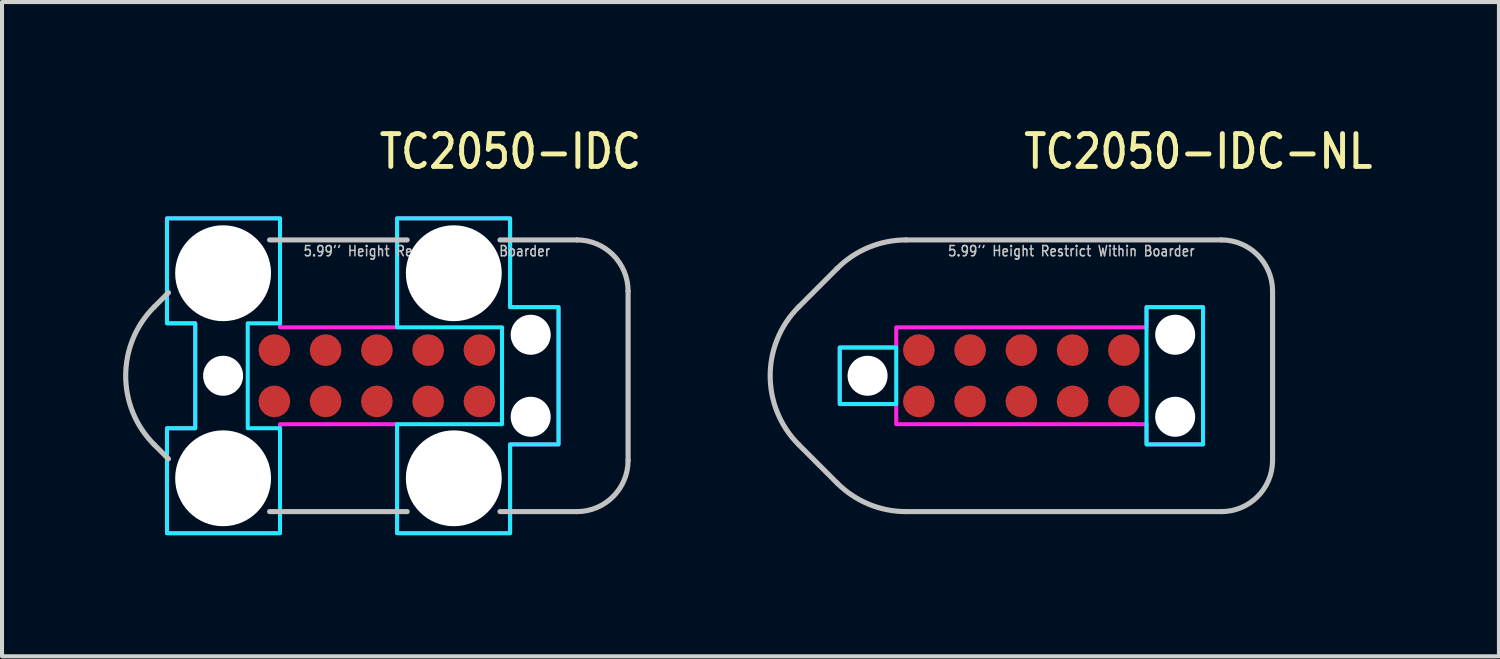
<source format=kicad_pcb>
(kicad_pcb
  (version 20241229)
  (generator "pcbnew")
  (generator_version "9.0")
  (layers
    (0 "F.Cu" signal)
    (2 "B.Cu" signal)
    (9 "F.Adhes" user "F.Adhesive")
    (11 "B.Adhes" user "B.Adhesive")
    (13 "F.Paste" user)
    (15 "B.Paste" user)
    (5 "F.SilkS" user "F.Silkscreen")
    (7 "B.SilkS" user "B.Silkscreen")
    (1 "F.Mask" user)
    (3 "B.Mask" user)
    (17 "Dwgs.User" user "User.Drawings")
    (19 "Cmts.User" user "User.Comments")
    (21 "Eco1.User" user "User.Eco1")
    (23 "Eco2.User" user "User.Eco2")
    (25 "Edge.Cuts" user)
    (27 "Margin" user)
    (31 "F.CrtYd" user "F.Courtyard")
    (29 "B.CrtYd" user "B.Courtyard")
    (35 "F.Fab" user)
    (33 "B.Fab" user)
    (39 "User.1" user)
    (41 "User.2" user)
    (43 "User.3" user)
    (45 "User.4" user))
  (footprint "TC2050-IDC"
    (layer "F.Cu")
    (at 6.287 6.259)
    (property "Reference" "TC2050-IDC" (at 0 -5.08 0) (unlocked yes) (layer "F.SilkS") (effects (font (size 0.813 0.695) (thickness 0.122)) (justify left bottom)))
    (fp_line (start -5.516 -1.706) (end -5.164 -2.059) (stroke (width 0.127) (type solid)) (layer "Dwgs.User"))
    (fp_line (start -5.516 1.706) (end -5.164 2.059) (stroke (width 0.127) (type solid)) (layer "Dwgs.User"))
    (fp_line (start -2.658 -3.365) (end 0.75 -3.365) (stroke (width 0.127) (type solid)) (layer "Dwgs.User"))
    (fp_line (start 0.75 3.365) (end -2.658 3.365) (stroke (width 0.127) (type solid)) (layer "Dwgs.User"))
    (fp_line (start 3.05 -3.365) (end 4.953 -3.365) (stroke (width 0.127) (type solid)) (layer "Dwgs.User"))
    (fp_line (start 4.953 3.365) (end 3.05 3.365) (stroke (width 0.127) (type solid)) (layer "Dwgs.User"))
    (fp_line (start 6.223 -2.095) (end 6.223 2.095) (stroke (width 0.127) (type solid)) (layer "Dwgs.User"))
    (fp_arc (start -5.51625 1.70625) (mid -6.223002 0) (end -5.51625 -1.70625) (stroke (width 0.127) (type solid)) (layer "Dwgs.User"))
    (fp_arc (start 4.953 -3.3655) (mid 5.851026 -2.993526) (end 6.223 -2.0955) (stroke (width 0.127) (type solid)) (layer "Dwgs.User"))
    (fp_arc (start 6.223 2.0955) (mid 5.851026 2.993526) (end 4.953 3.3655) (stroke (width 0.127) (type solid)) (layer "Dwgs.User"))
    (fp_poly (pts (xy -5.2 -3.9) (xy -5.2 -1.3) (xy -4.5 -1.3) (xy -4.5 1.3) (xy -5.2 1.3) (xy -5.2 3.9) (xy -2.4 3.9) (xy -2.4 1.3) (xy -3.2 1.3) (xy -3.2 -1.3) (xy -2.4 -1.3) (xy -2.4 -3.9)) (stroke (width 0.1) (type solid)) (fill no) (layer "B.CrtYd"))
    (fp_poly (pts (xy 0.5 -3.9) (xy 3.3 -3.9) (xy 3.3 -1.7) (xy 4.5 -1.7) (xy 4.5 1.7) (xy 3.3 1.7) (xy 3.3 3.9) (xy 0.5 3.9) (xy 0.5 1.2) (xy 3.1 1.2) (xy 3.1 -1.2) (xy 0.5 -1.2)) (stroke (width 0.1) (type solid)) (fill no) (layer "B.CrtYd"))
    (fp_poly (pts (xy -5.2 -1.3) (xy -5.2 -3.9) (xy -2.4 -3.9) (xy -2.4 -1.2) (xy 0.5 -1.2) (xy 0.5 -3.9) (xy 3.3 -3.9) (xy 3.3 -1.7) (xy 4.5 -1.7) (xy 4.5 1.7) (xy 3.3 1.7) (xy 3.3 3.9) (xy 0.5 3.9) (xy 0.5 1.2) (xy -2.4 1.2) (xy -2.4 3.9) (xy -5.2 3.9) (xy -5.2 1.3) (xy -4.5 1.3) (xy -4.5 -1.3)) (stroke (width 0.1) (type solid)) (fill no) (layer "F.CrtYd"))
    (fp_text user "5.99'' Height Restrict Within Boarder" (at -1.84 -2.94 0) (unlocked yes) (layer "Dwgs.User") (effects (font (size 0.254 0.217) (thickness 0.038)) (justify left bottom)))
    (pad "" np_thru_hole circle (at -3.81 -2.54) (size 2.375 2.375) (drill 2.375) (layers "*.Cu" "*.Mask"))
    (pad "" np_thru_hole circle (at -3.81 0) (size 0.991 0.991) (drill 0.991) (layers "*.Cu" "*.Mask"))
    (pad "" np_thru_hole circle (at -3.81 2.54) (size 2.375 2.375) (drill 2.375) (layers "*.Cu" "*.Mask"))
    (pad "" np_thru_hole circle (at 1.905 -2.54) (size 2.375 2.375) (drill 2.375) (layers "*.Cu" "*.Mask"))
    (pad "" np_thru_hole circle (at 1.905 2.54) (size 2.375 2.375) (drill 2.375) (layers "*.Cu" "*.Mask"))
    (pad "" np_thru_hole circle (at 3.81 -1.016) (size 0.991 0.991) (drill 0.991) (layers "*.Cu" "*.Mask"))
    (pad "" np_thru_hole circle (at 3.81 1.016) (size 0.991 0.991) (drill 0.991) (layers "*.Cu" "*.Mask"))
    (pad "1" smd roundrect (at -2.54 0.635) (size 0.787 0.787) (layers "F.Cu" "F.Mask") (roundrect_rratio 0.5))
    (pad "2" smd roundrect (at -1.27 0.635) (size 0.787 0.787) (layers "F.Cu" "F.Mask") (roundrect_rratio 0.5))
    (pad "3" smd roundrect (at 0 0.635) (size 0.787 0.787) (layers "F.Cu" "F.Mask") (roundrect_rratio 0.5))
    (pad "4" smd roundrect (at 1.27 0.635) (size 0.787 0.787) (layers "F.Cu" "F.Mask") (roundrect_rratio 0.5))
    (pad "5" smd roundrect (at 2.54 0.635) (size 0.787 0.787) (layers "F.Cu" "F.Mask") (roundrect_rratio 0.5))
    (pad "6" smd roundrect (at 2.54 -0.635) (size 0.787 0.787) (layers "F.Cu" "F.Mask") (roundrect_rratio 0.5))
    (pad "7" smd roundrect (at 1.27 -0.635) (size 0.787 0.787) (layers "F.Cu" "F.Mask") (roundrect_rratio 0.5))
    (pad "8" smd roundrect (at 0 -0.635) (size 0.787 0.787) (layers "F.Cu" "F.Mask") (roundrect_rratio 0.5))
    (pad "9" smd roundrect (at -1.27 -0.635) (size 0.787 0.787) (layers "F.Cu" "F.Mask") (roundrect_rratio 0.5))
    (pad "10" smd roundrect (at -2.54 -0.635) (size 0.787 0.787) (layers "F.Cu" "F.Mask") (roundrect_rratio 0.5)))
  (footprint "TC2050-IDC-NL"
    (layer "F.Cu")
    (at 22.253 6.259)
    (property "Reference" "TC2050-IDC-NL" (at 0 -5.08 0) (unlocked yes) (layer "F.SilkS") (effects (font (size 0.813 0.695) (thickness 0.122)) (justify left bottom)))
    (fp_line (start -5.516 -1.706) (end -4.564 -2.659) (stroke (width 0.127) (type solid)) (layer "Dwgs.User"))
    (fp_line (start -5.516 1.706) (end -4.564 2.659) (stroke (width 0.127) (type solid)) (layer "Dwgs.User"))
    (fp_line (start -2.857 -3.365) (end 4.953 -3.365) (stroke (width 0.127) (type solid)) (layer "Dwgs.User"))
    (fp_line (start 4.953 3.365) (end -2.857 3.365) (stroke (width 0.127) (type solid)) (layer "Dwgs.User"))
    (fp_line (start 6.223 -2.095) (end 6.223 2.095) (stroke (width 0.127) (type solid)) (layer "Dwgs.User"))
    (fp_arc (start -5.51625 1.70625) (mid -6.223002 0) (end -5.51625 -1.70625) (stroke (width 0.127) (type solid)) (layer "Dwgs.User"))
    (fp_arc (start -4.56375 -2.65875) (mid -3.780916 -3.181822) (end -2.8575 -3.3655) (stroke (width 0.127) (type solid)) (layer "Dwgs.User"))
    (fp_arc (start -2.8575 3.3655) (mid -3.780916 3.181822) (end -4.56375 2.65875) (stroke (width 0.127) (type solid)) (layer "Dwgs.User"))
    (fp_arc (start 4.953 -3.3655) (mid 5.851026 -2.993526) (end 6.223 -2.0955) (stroke (width 0.127) (type solid)) (layer "Dwgs.User"))
    (fp_arc (start 6.223 2.0955) (mid 5.851026 2.993526) (end 4.953 3.3655) (stroke (width 0.127) (type solid)) (layer "Dwgs.User"))
    (fp_poly (pts (xy -4.5 -0.7) (xy -3.1 -0.7) (xy -3.1 0.7) (xy -4.5 0.7)) (stroke (width 0.1) (type solid)) (fill no) (layer "B.CrtYd"))
    (fp_poly (pts (xy 3.1 -1.7) (xy 4.5 -1.7) (xy 4.5 1.7) (xy 3.1 1.7)) (stroke (width 0.1) (type solid)) (fill no) (layer "B.CrtYd"))
    (fp_poly (pts (xy -4.5 -0.7) (xy -3.1 -0.7) (xy -3.1 -1.2) (xy 3.1 -1.2) (xy 3.1 -1.7) (xy 4.5 -1.7) (xy 4.5 1.7) (xy 3.1 1.7) (xy 3.1 1.2) (xy -3.1 1.2) (xy -3.1 0.7) (xy -4.5 0.7)) (stroke (width 0.1) (type solid)) (fill no) (layer "F.CrtYd"))
    (fp_text user "5.99'' Height Restrict Within Boarder" (at -1.84 -2.94 0) (unlocked yes) (layer "Dwgs.User") (effects (font (size 0.254 0.217) (thickness 0.038)) (justify left bottom)))
    (pad "" np_thru_hole circle (at -3.81 0) (size 0.991 0.991) (drill 0.991) (layers "*.Cu" "*.Mask"))
    (pad "" np_thru_hole circle (at 3.81 -1.016) (size 0.991 0.991) (drill 0.991) (layers "*.Cu" "*.Mask"))
    (pad "" np_thru_hole circle (at 3.81 1.016) (size 0.991 0.991) (drill 0.991) (layers "*.Cu" "*.Mask"))
    (pad "1" smd roundrect (at -2.54 0.635) (size 0.787 0.787) (layers "F.Cu" "F.Mask") (roundrect_rratio 0.5))
    (pad "2" smd roundrect (at -1.27 0.635) (size 0.787 0.787) (layers "F.Cu" "F.Mask") (roundrect_rratio 0.5))
    (pad "3" smd roundrect (at 0 0.635) (size 0.787 0.787) (layers "F.Cu" "F.Mask") (roundrect_rratio 0.5))
    (pad "4" smd roundrect (at 1.27 0.635) (size 0.787 0.787) (layers "F.Cu" "F.Mask") (roundrect_rratio 0.5))
    (pad "5" smd roundrect (at 2.54 0.635) (size 0.787 0.787) (layers "F.Cu" "F.Mask") (roundrect_rratio 0.5))
    (pad "6" smd roundrect (at 2.54 -0.635) (size 0.787 0.787) (layers "F.Cu" "F.Mask") (roundrect_rratio 0.5))
    (pad "7" smd roundrect (at 1.27 -0.635) (size 0.787 0.787) (layers "F.Cu" "F.Mask") (roundrect_rratio 0.5))
    (pad "8" smd roundrect (at 0 -0.635) (size 0.787 0.787) (layers "F.Cu" "F.Mask") (roundrect_rratio 0.5))
    (pad "9" smd roundrect (at -1.27 -0.635) (size 0.787 0.787) (layers "F.Cu" "F.Mask") (roundrect_rratio 0.5))
    (pad "10" smd roundrect (at -2.54 -0.635) (size 0.787 0.787) (layers "F.Cu" "F.Mask") (roundrect_rratio 0.5)))
  (gr_rect
    (start -3 -3)
    (end 34.084 13.209)
    (stroke (width 0.1) (type default))
    (fill no)
    (layer "Edge.Cuts")))
</source>
